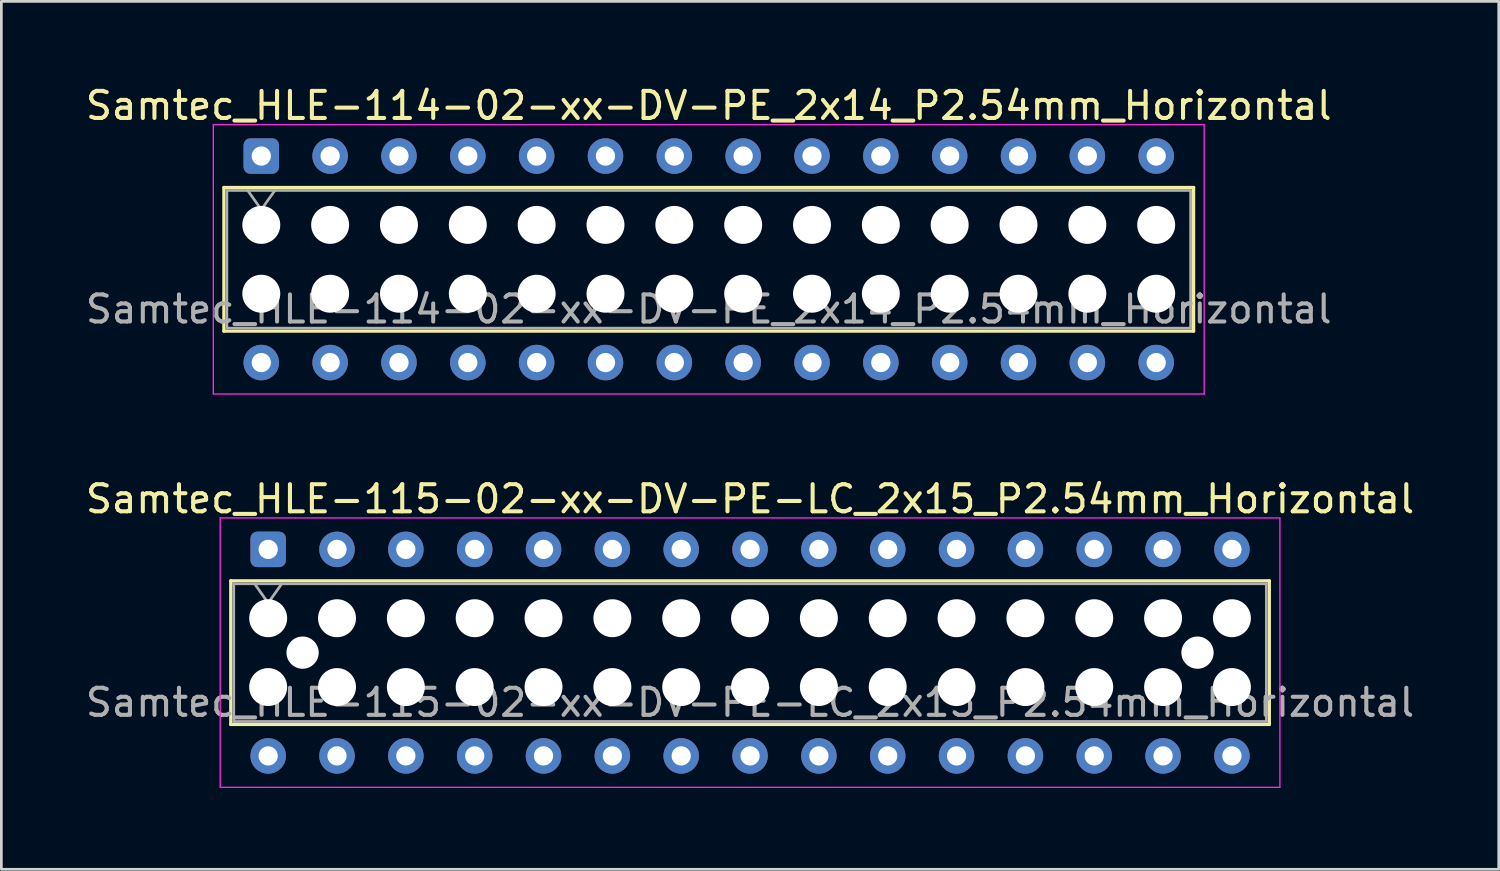
<source format=kicad_pcb>
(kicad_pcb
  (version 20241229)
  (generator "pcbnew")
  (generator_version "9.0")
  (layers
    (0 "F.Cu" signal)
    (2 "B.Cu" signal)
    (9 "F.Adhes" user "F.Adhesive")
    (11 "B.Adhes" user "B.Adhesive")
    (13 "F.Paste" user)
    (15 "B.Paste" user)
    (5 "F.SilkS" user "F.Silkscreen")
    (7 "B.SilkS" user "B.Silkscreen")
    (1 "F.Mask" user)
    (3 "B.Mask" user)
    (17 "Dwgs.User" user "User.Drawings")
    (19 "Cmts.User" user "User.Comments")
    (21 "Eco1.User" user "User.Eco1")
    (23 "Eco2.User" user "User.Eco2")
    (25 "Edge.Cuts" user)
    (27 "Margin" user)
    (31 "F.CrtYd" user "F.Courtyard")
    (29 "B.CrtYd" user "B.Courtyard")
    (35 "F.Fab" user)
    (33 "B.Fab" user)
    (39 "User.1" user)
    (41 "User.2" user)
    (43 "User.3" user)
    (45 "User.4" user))
  (footprint "Samtec_HLE-114-02-xx-DV-PE_2x14_P2.54mm_Horizontal"
    (layer "F.Cu")
    (at 6.591 2.708)
    (property "Reference" "Samtec_HLE-114-02-xx-DV-PE_2x14_P2.54mm_Horizontal" (at 16.51 -1.86 0) (layer "F.SilkS") (effects (font (size 1 1) (thickness 0.15))))
    (attr through_hole)
    (fp_line (start -1.38 1.16) (end 34.4 1.16) (stroke (width 0.12) (type solid)) (layer "F.SilkS"))
    (fp_line (start -1.38 6.46) (end -1.38 1.16) (stroke (width 0.12) (type solid)) (layer "F.SilkS"))
    (fp_line (start 34.4 1.16) (end 34.4 6.46) (stroke (width 0.12) (type solid)) (layer "F.SilkS"))
    (fp_line (start 34.4 6.46) (end -1.38 6.46) (stroke (width 0.12) (type solid)) (layer "F.SilkS"))
    (fp_line (start -1.77 -1.16) (end 34.79 -1.16) (stroke (width 0.05) (type solid)) (layer "F.CrtYd"))
    (fp_line (start -1.77 8.78) (end -1.77 -1.16) (stroke (width 0.05) (type solid)) (layer "F.CrtYd"))
    (fp_line (start 34.79 -1.16) (end 34.79 8.78) (stroke (width 0.05) (type solid)) (layer "F.CrtYd"))
    (fp_line (start 34.79 8.78) (end -1.77 8.78) (stroke (width 0.05) (type solid)) (layer "F.CrtYd"))
    (fp_line (start -1.27 1.27) (end 34.29 1.27) (stroke (width 0.1) (type solid)) (layer "F.Fab"))
    (fp_line (start -1.27 6.35) (end -1.27 1.27) (stroke (width 0.1) (type solid)) (layer "F.Fab"))
    (fp_line (start -0.5 1.27) (end 0 1.977) (stroke (width 0.1) (type solid)) (layer "F.Fab"))
    (fp_line (start 0 1.977) (end 0.5 1.27) (stroke (width 0.1) (type solid)) (layer "F.Fab"))
    (fp_line (start 34.29 1.27) (end 34.29 6.35) (stroke (width 0.1) (type solid)) (layer "F.Fab"))
    (fp_line (start 34.29 6.35) (end -1.27 6.35) (stroke (width 0.1) (type solid)) (layer "F.Fab"))
    (fp_text user "${REFERENCE}" (at 16.51 5.65 0) (layer "F.Fab") (effects (font (size 1 1) (thickness 0.15))))
    (pad "" np_thru_hole circle (at 0 2.54) (size 1.4 1.4) (drill 1.4) (layers "*.Cu" "*.Mask"))
    (pad "" np_thru_hole circle (at 0 5.08) (size 1.4 1.4) (drill 1.4) (layers "*.Cu" "*.Mask"))
    (pad "" np_thru_hole circle (at 2.54 2.54) (size 1.4 1.4) (drill 1.4) (layers "*.Cu" "*.Mask"))
    (pad "" np_thru_hole circle (at 2.54 5.08) (size 1.4 1.4) (drill 1.4) (layers "*.Cu" "*.Mask"))
    (pad "" np_thru_hole circle (at 5.08 2.54) (size 1.4 1.4) (drill 1.4) (layers "*.Cu" "*.Mask"))
    (pad "" np_thru_hole circle (at 5.08 5.08) (size 1.4 1.4) (drill 1.4) (layers "*.Cu" "*.Mask"))
    (pad "" np_thru_hole circle (at 7.62 2.54) (size 1.4 1.4) (drill 1.4) (layers "*.Cu" "*.Mask"))
    (pad "" np_thru_hole circle (at 7.62 5.08) (size 1.4 1.4) (drill 1.4) (layers "*.Cu" "*.Mask"))
    (pad "" np_thru_hole circle (at 10.16 2.54) (size 1.4 1.4) (drill 1.4) (layers "*.Cu" "*.Mask"))
    (pad "" np_thru_hole circle (at 10.16 5.08) (size 1.4 1.4) (drill 1.4) (layers "*.Cu" "*.Mask"))
    (pad "" np_thru_hole circle (at 12.7 2.54) (size 1.4 1.4) (drill 1.4) (layers "*.Cu" "*.Mask"))
    (pad "" np_thru_hole circle (at 12.7 5.08) (size 1.4 1.4) (drill 1.4) (layers "*.Cu" "*.Mask"))
    (pad "" np_thru_hole circle (at 15.24 2.54) (size 1.4 1.4) (drill 1.4) (layers "*.Cu" "*.Mask"))
    (pad "" np_thru_hole circle (at 15.24 5.08) (size 1.4 1.4) (drill 1.4) (layers "*.Cu" "*.Mask"))
    (pad "" np_thru_hole circle (at 17.78 2.54) (size 1.4 1.4) (drill 1.4) (layers "*.Cu" "*.Mask"))
    (pad "" np_thru_hole circle (at 17.78 5.08) (size 1.4 1.4) (drill 1.4) (layers "*.Cu" "*.Mask"))
    (pad "" np_thru_hole circle (at 20.32 2.54) (size 1.4 1.4) (drill 1.4) (layers "*.Cu" "*.Mask"))
    (pad "" np_thru_hole circle (at 20.32 5.08) (size 1.4 1.4) (drill 1.4) (layers "*.Cu" "*.Mask"))
    (pad "" np_thru_hole circle (at 22.86 2.54) (size 1.4 1.4) (drill 1.4) (layers "*.Cu" "*.Mask"))
    (pad "" np_thru_hole circle (at 22.86 5.08) (size 1.4 1.4) (drill 1.4) (layers "*.Cu" "*.Mask"))
    (pad "" np_thru_hole circle (at 25.4 2.54) (size 1.4 1.4) (drill 1.4) (layers "*.Cu" "*.Mask"))
    (pad "" np_thru_hole circle (at 25.4 5.08) (size 1.4 1.4) (drill 1.4) (layers "*.Cu" "*.Mask"))
    (pad "" np_thru_hole circle (at 27.94 2.54) (size 1.4 1.4) (drill 1.4) (layers "*.Cu" "*.Mask"))
    (pad "" np_thru_hole circle (at 27.94 5.08) (size 1.4 1.4) (drill 1.4) (layers "*.Cu" "*.Mask"))
    (pad "" np_thru_hole circle (at 30.48 2.54) (size 1.4 1.4) (drill 1.4) (layers "*.Cu" "*.Mask"))
    (pad "" np_thru_hole circle (at 30.48 5.08) (size 1.4 1.4) (drill 1.4) (layers "*.Cu" "*.Mask"))
    (pad "" np_thru_hole circle (at 33.02 2.54) (size 1.4 1.4) (drill 1.4) (layers "*.Cu" "*.Mask"))
    (pad "" np_thru_hole circle (at 33.02 5.08) (size 1.4 1.4) (drill 1.4) (layers "*.Cu" "*.Mask"))
    (pad "1" thru_hole roundrect (at 0 0) (size 1.31 1.31) (drill 0.71) (layers "*.Cu" "*.Mask") (roundrect_rratio 0.191))
    (pad "2" thru_hole circle (at 0 7.62) (size 1.31 1.31) (drill 0.71) (layers "*.Cu" "*.Mask"))
    (pad "3" thru_hole circle (at 2.54 0) (size 1.31 1.31) (drill 0.71) (layers "*.Cu" "*.Mask"))
    (pad "4" thru_hole circle (at 2.54 7.62) (size 1.31 1.31) (drill 0.71) (layers "*.Cu" "*.Mask"))
    (pad "5" thru_hole circle (at 5.08 0) (size 1.31 1.31) (drill 0.71) (layers "*.Cu" "*.Mask"))
    (pad "6" thru_hole circle (at 5.08 7.62) (size 1.31 1.31) (drill 0.71) (layers "*.Cu" "*.Mask"))
    (pad "7" thru_hole circle (at 7.62 0) (size 1.31 1.31) (drill 0.71) (layers "*.Cu" "*.Mask"))
    (pad "8" thru_hole circle (at 7.62 7.62) (size 1.31 1.31) (drill 0.71) (layers "*.Cu" "*.Mask"))
    (pad "9" thru_hole circle (at 10.16 0) (size 1.31 1.31) (drill 0.71) (layers "*.Cu" "*.Mask"))
    (pad "10" thru_hole circle (at 10.16 7.62) (size 1.31 1.31) (drill 0.71) (layers "*.Cu" "*.Mask"))
    (pad "11" thru_hole circle (at 12.7 0) (size 1.31 1.31) (drill 0.71) (layers "*.Cu" "*.Mask"))
    (pad "12" thru_hole circle (at 12.7 7.62) (size 1.31 1.31) (drill 0.71) (layers "*.Cu" "*.Mask"))
    (pad "13" thru_hole circle (at 15.24 0) (size 1.31 1.31) (drill 0.71) (layers "*.Cu" "*.Mask"))
    (pad "14" thru_hole circle (at 15.24 7.62) (size 1.31 1.31) (drill 0.71) (layers "*.Cu" "*.Mask"))
    (pad "15" thru_hole circle (at 17.78 0) (size 1.31 1.31) (drill 0.71) (layers "*.Cu" "*.Mask"))
    (pad "16" thru_hole circle (at 17.78 7.62) (size 1.31 1.31) (drill 0.71) (layers "*.Cu" "*.Mask"))
    (pad "17" thru_hole circle (at 20.32 0) (size 1.31 1.31) (drill 0.71) (layers "*.Cu" "*.Mask"))
    (pad "18" thru_hole circle (at 20.32 7.62) (size 1.31 1.31) (drill 0.71) (layers "*.Cu" "*.Mask"))
    (pad "19" thru_hole circle (at 22.86 0) (size 1.31 1.31) (drill 0.71) (layers "*.Cu" "*.Mask"))
    (pad "20" thru_hole circle (at 22.86 7.62) (size 1.31 1.31) (drill 0.71) (layers "*.Cu" "*.Mask"))
    (pad "21" thru_hole circle (at 25.4 0) (size 1.31 1.31) (drill 0.71) (layers "*.Cu" "*.Mask"))
    (pad "22" thru_hole circle (at 25.4 7.62) (size 1.31 1.31) (drill 0.71) (layers "*.Cu" "*.Mask"))
    (pad "23" thru_hole circle (at 27.94 0) (size 1.31 1.31) (drill 0.71) (layers "*.Cu" "*.Mask"))
    (pad "24" thru_hole circle (at 27.94 7.62) (size 1.31 1.31) (drill 0.71) (layers "*.Cu" "*.Mask"))
    (pad "25" thru_hole circle (at 30.48 0) (size 1.31 1.31) (drill 0.71) (layers "*.Cu" "*.Mask"))
    (pad "26" thru_hole circle (at 30.48 7.62) (size 1.31 1.31) (drill 0.71) (layers "*.Cu" "*.Mask"))
    (pad "27" thru_hole circle (at 33.02 0) (size 1.31 1.31) (drill 0.71) (layers "*.Cu" "*.Mask"))
    (pad "28" thru_hole circle (at 33.02 7.62) (size 1.31 1.31) (drill 0.71) (layers "*.Cu" "*.Mask")))
  (footprint "Samtec_HLE-115-02-xx-DV-PE-LC_2x15_P2.54mm_Horizontal"
    (layer "F.Cu")
    (at 6.845 17.221)
    (property "Reference" "Samtec_HLE-115-02-xx-DV-PE-LC_2x15_P2.54mm_Horizontal" (at 17.78 -1.86 0) (layer "F.SilkS") (effects (font (size 1 1) (thickness 0.15))))
    (attr through_hole)
    (fp_line (start -1.38 1.16) (end 36.94 1.16) (stroke (width 0.12) (type solid)) (layer "F.SilkS"))
    (fp_line (start -1.38 6.46) (end -1.38 1.16) (stroke (width 0.12) (type solid)) (layer "F.SilkS"))
    (fp_line (start 36.94 1.16) (end 36.94 6.46) (stroke (width 0.12) (type solid)) (layer "F.SilkS"))
    (fp_line (start 36.94 6.46) (end -1.38 6.46) (stroke (width 0.12) (type solid)) (layer "F.SilkS"))
    (fp_line (start -1.77 -1.16) (end 37.33 -1.16) (stroke (width 0.05) (type solid)) (layer "F.CrtYd"))
    (fp_line (start -1.77 8.78) (end -1.77 -1.16) (stroke (width 0.05) (type solid)) (layer "F.CrtYd"))
    (fp_line (start 37.33 -1.16) (end 37.33 8.78) (stroke (width 0.05) (type solid)) (layer "F.CrtYd"))
    (fp_line (start 37.33 8.78) (end -1.77 8.78) (stroke (width 0.05) (type solid)) (layer "F.CrtYd"))
    (fp_line (start -1.27 1.27) (end 36.83 1.27) (stroke (width 0.1) (type solid)) (layer "F.Fab"))
    (fp_line (start -1.27 6.35) (end -1.27 1.27) (stroke (width 0.1) (type solid)) (layer "F.Fab"))
    (fp_line (start -0.5 1.27) (end 0 1.977) (stroke (width 0.1) (type solid)) (layer "F.Fab"))
    (fp_line (start 0 1.977) (end 0.5 1.27) (stroke (width 0.1) (type solid)) (layer "F.Fab"))
    (fp_line (start 36.83 1.27) (end 36.83 6.35) (stroke (width 0.1) (type solid)) (layer "F.Fab"))
    (fp_line (start 36.83 6.35) (end -1.27 6.35) (stroke (width 0.1) (type solid)) (layer "F.Fab"))
    (fp_text user "${REFERENCE}" (at 17.78 5.65 0) (layer "F.Fab") (effects (font (size 1 1) (thickness 0.15))))
    (pad "" np_thru_hole circle (at 0 2.54) (size 1.4 1.4) (drill 1.4) (layers "*.Cu" "*.Mask"))
    (pad "" np_thru_hole circle (at 0 5.08) (size 1.4 1.4) (drill 1.4) (layers "*.Cu" "*.Mask"))
    (pad "" np_thru_hole circle (at 1.27 3.81) (size 1.19 1.19) (drill 1.19) (layers "*.Cu" "*.Mask"))
    (pad "" np_thru_hole circle (at 2.54 2.54) (size 1.4 1.4) (drill 1.4) (layers "*.Cu" "*.Mask"))
    (pad "" np_thru_hole circle (at 2.54 5.08) (size 1.4 1.4) (drill 1.4) (layers "*.Cu" "*.Mask"))
    (pad "" np_thru_hole circle (at 5.08 2.54) (size 1.4 1.4) (drill 1.4) (layers "*.Cu" "*.Mask"))
    (pad "" np_thru_hole circle (at 5.08 5.08) (size 1.4 1.4) (drill 1.4) (layers "*.Cu" "*.Mask"))
    (pad "" np_thru_hole circle (at 7.62 2.54) (size 1.4 1.4) (drill 1.4) (layers "*.Cu" "*.Mask"))
    (pad "" np_thru_hole circle (at 7.62 5.08) (size 1.4 1.4) (drill 1.4) (layers "*.Cu" "*.Mask"))
    (pad "" np_thru_hole circle (at 10.16 2.54) (size 1.4 1.4) (drill 1.4) (layers "*.Cu" "*.Mask"))
    (pad "" np_thru_hole circle (at 10.16 5.08) (size 1.4 1.4) (drill 1.4) (layers "*.Cu" "*.Mask"))
    (pad "" np_thru_hole circle (at 12.7 2.54) (size 1.4 1.4) (drill 1.4) (layers "*.Cu" "*.Mask"))
    (pad "" np_thru_hole circle (at 12.7 5.08) (size 1.4 1.4) (drill 1.4) (layers "*.Cu" "*.Mask"))
    (pad "" np_thru_hole circle (at 15.24 2.54) (size 1.4 1.4) (drill 1.4) (layers "*.Cu" "*.Mask"))
    (pad "" np_thru_hole circle (at 15.24 5.08) (size 1.4 1.4) (drill 1.4) (layers "*.Cu" "*.Mask"))
    (pad "" np_thru_hole circle (at 17.78 2.54) (size 1.4 1.4) (drill 1.4) (layers "*.Cu" "*.Mask"))
    (pad "" np_thru_hole circle (at 17.78 5.08) (size 1.4 1.4) (drill 1.4) (layers "*.Cu" "*.Mask"))
    (pad "" np_thru_hole circle (at 20.32 2.54) (size 1.4 1.4) (drill 1.4) (layers "*.Cu" "*.Mask"))
    (pad "" np_thru_hole circle (at 20.32 5.08) (size 1.4 1.4) (drill 1.4) (layers "*.Cu" "*.Mask"))
    (pad "" np_thru_hole circle (at 22.86 2.54) (size 1.4 1.4) (drill 1.4) (layers "*.Cu" "*.Mask"))
    (pad "" np_thru_hole circle (at 22.86 5.08) (size 1.4 1.4) (drill 1.4) (layers "*.Cu" "*.Mask"))
    (pad "" np_thru_hole circle (at 25.4 2.54) (size 1.4 1.4) (drill 1.4) (layers "*.Cu" "*.Mask"))
    (pad "" np_thru_hole circle (at 25.4 5.08) (size 1.4 1.4) (drill 1.4) (layers "*.Cu" "*.Mask"))
    (pad "" np_thru_hole circle (at 27.94 2.54) (size 1.4 1.4) (drill 1.4) (layers "*.Cu" "*.Mask"))
    (pad "" np_thru_hole circle (at 27.94 5.08) (size 1.4 1.4) (drill 1.4) (layers "*.Cu" "*.Mask"))
    (pad "" np_thru_hole circle (at 30.48 2.54) (size 1.4 1.4) (drill 1.4) (layers "*.Cu" "*.Mask"))
    (pad "" np_thru_hole circle (at 30.48 5.08) (size 1.4 1.4) (drill 1.4) (layers "*.Cu" "*.Mask"))
    (pad "" np_thru_hole circle (at 33.02 2.54) (size 1.4 1.4) (drill 1.4) (layers "*.Cu" "*.Mask"))
    (pad "" np_thru_hole circle (at 33.02 5.08) (size 1.4 1.4) (drill 1.4) (layers "*.Cu" "*.Mask"))
    (pad "" np_thru_hole circle (at 34.29 3.81) (size 1.19 1.19) (drill 1.19) (layers "*.Cu" "*.Mask"))
    (pad "" np_thru_hole circle (at 35.56 2.54) (size 1.4 1.4) (drill 1.4) (layers "*.Cu" "*.Mask"))
    (pad "" np_thru_hole circle (at 35.56 5.08) (size 1.4 1.4) (drill 1.4) (layers "*.Cu" "*.Mask"))
    (pad "1" thru_hole roundrect (at 0 0) (size 1.31 1.31) (drill 0.71) (layers "*.Cu" "*.Mask") (roundrect_rratio 0.191))
    (pad "2" thru_hole circle (at 0 7.62) (size 1.31 1.31) (drill 0.71) (layers "*.Cu" "*.Mask"))
    (pad "3" thru_hole circle (at 2.54 0) (size 1.31 1.31) (drill 0.71) (layers "*.Cu" "*.Mask"))
    (pad "4" thru_hole circle (at 2.54 7.62) (size 1.31 1.31) (drill 0.71) (layers "*.Cu" "*.Mask"))
    (pad "5" thru_hole circle (at 5.08 0) (size 1.31 1.31) (drill 0.71) (layers "*.Cu" "*.Mask"))
    (pad "6" thru_hole circle (at 5.08 7.62) (size 1.31 1.31) (drill 0.71) (layers "*.Cu" "*.Mask"))
    (pad "7" thru_hole circle (at 7.62 0) (size 1.31 1.31) (drill 0.71) (layers "*.Cu" "*.Mask"))
    (pad "8" thru_hole circle (at 7.62 7.62) (size 1.31 1.31) (drill 0.71) (layers "*.Cu" "*.Mask"))
    (pad "9" thru_hole circle (at 10.16 0) (size 1.31 1.31) (drill 0.71) (layers "*.Cu" "*.Mask"))
    (pad "10" thru_hole circle (at 10.16 7.62) (size 1.31 1.31) (drill 0.71) (layers "*.Cu" "*.Mask"))
    (pad "11" thru_hole circle (at 12.7 0) (size 1.31 1.31) (drill 0.71) (layers "*.Cu" "*.Mask"))
    (pad "12" thru_hole circle (at 12.7 7.62) (size 1.31 1.31) (drill 0.71) (layers "*.Cu" "*.Mask"))
    (pad "13" thru_hole circle (at 15.24 0) (size 1.31 1.31) (drill 0.71) (layers "*.Cu" "*.Mask"))
    (pad "14" thru_hole circle (at 15.24 7.62) (size 1.31 1.31) (drill 0.71) (layers "*.Cu" "*.Mask"))
    (pad "15" thru_hole circle (at 17.78 0) (size 1.31 1.31) (drill 0.71) (layers "*.Cu" "*.Mask"))
    (pad "16" thru_hole circle (at 17.78 7.62) (size 1.31 1.31) (drill 0.71) (layers "*.Cu" "*.Mask"))
    (pad "17" thru_hole circle (at 20.32 0) (size 1.31 1.31) (drill 0.71) (layers "*.Cu" "*.Mask"))
    (pad "18" thru_hole circle (at 20.32 7.62) (size 1.31 1.31) (drill 0.71) (layers "*.Cu" "*.Mask"))
    (pad "19" thru_hole circle (at 22.86 0) (size 1.31 1.31) (drill 0.71) (layers "*.Cu" "*.Mask"))
    (pad "20" thru_hole circle (at 22.86 7.62) (size 1.31 1.31) (drill 0.71) (layers "*.Cu" "*.Mask"))
    (pad "21" thru_hole circle (at 25.4 0) (size 1.31 1.31) (drill 0.71) (layers "*.Cu" "*.Mask"))
    (pad "22" thru_hole circle (at 25.4 7.62) (size 1.31 1.31) (drill 0.71) (layers "*.Cu" "*.Mask"))
    (pad "23" thru_hole circle (at 27.94 0) (size 1.31 1.31) (drill 0.71) (layers "*.Cu" "*.Mask"))
    (pad "24" thru_hole circle (at 27.94 7.62) (size 1.31 1.31) (drill 0.71) (layers "*.Cu" "*.Mask"))
    (pad "25" thru_hole circle (at 30.48 0) (size 1.31 1.31) (drill 0.71) (layers "*.Cu" "*.Mask"))
    (pad "26" thru_hole circle (at 30.48 7.62) (size 1.31 1.31) (drill 0.71) (layers "*.Cu" "*.Mask"))
    (pad "27" thru_hole circle (at 33.02 0) (size 1.31 1.31) (drill 0.71) (layers "*.Cu" "*.Mask"))
    (pad "28" thru_hole circle (at 33.02 7.62) (size 1.31 1.31) (drill 0.71) (layers "*.Cu" "*.Mask"))
    (pad "29" thru_hole circle (at 35.56 0) (size 1.31 1.31) (drill 0.71) (layers "*.Cu" "*.Mask"))
    (pad "30" thru_hole circle (at 35.56 7.62) (size 1.31 1.31) (drill 0.71) (layers "*.Cu" "*.Mask")))
  (gr_rect
    (start -3 -3)
    (end 52.25 29.026)
    (stroke (width 0.1) (type default))
    (fill no)
    (layer "Edge.Cuts")))
</source>
